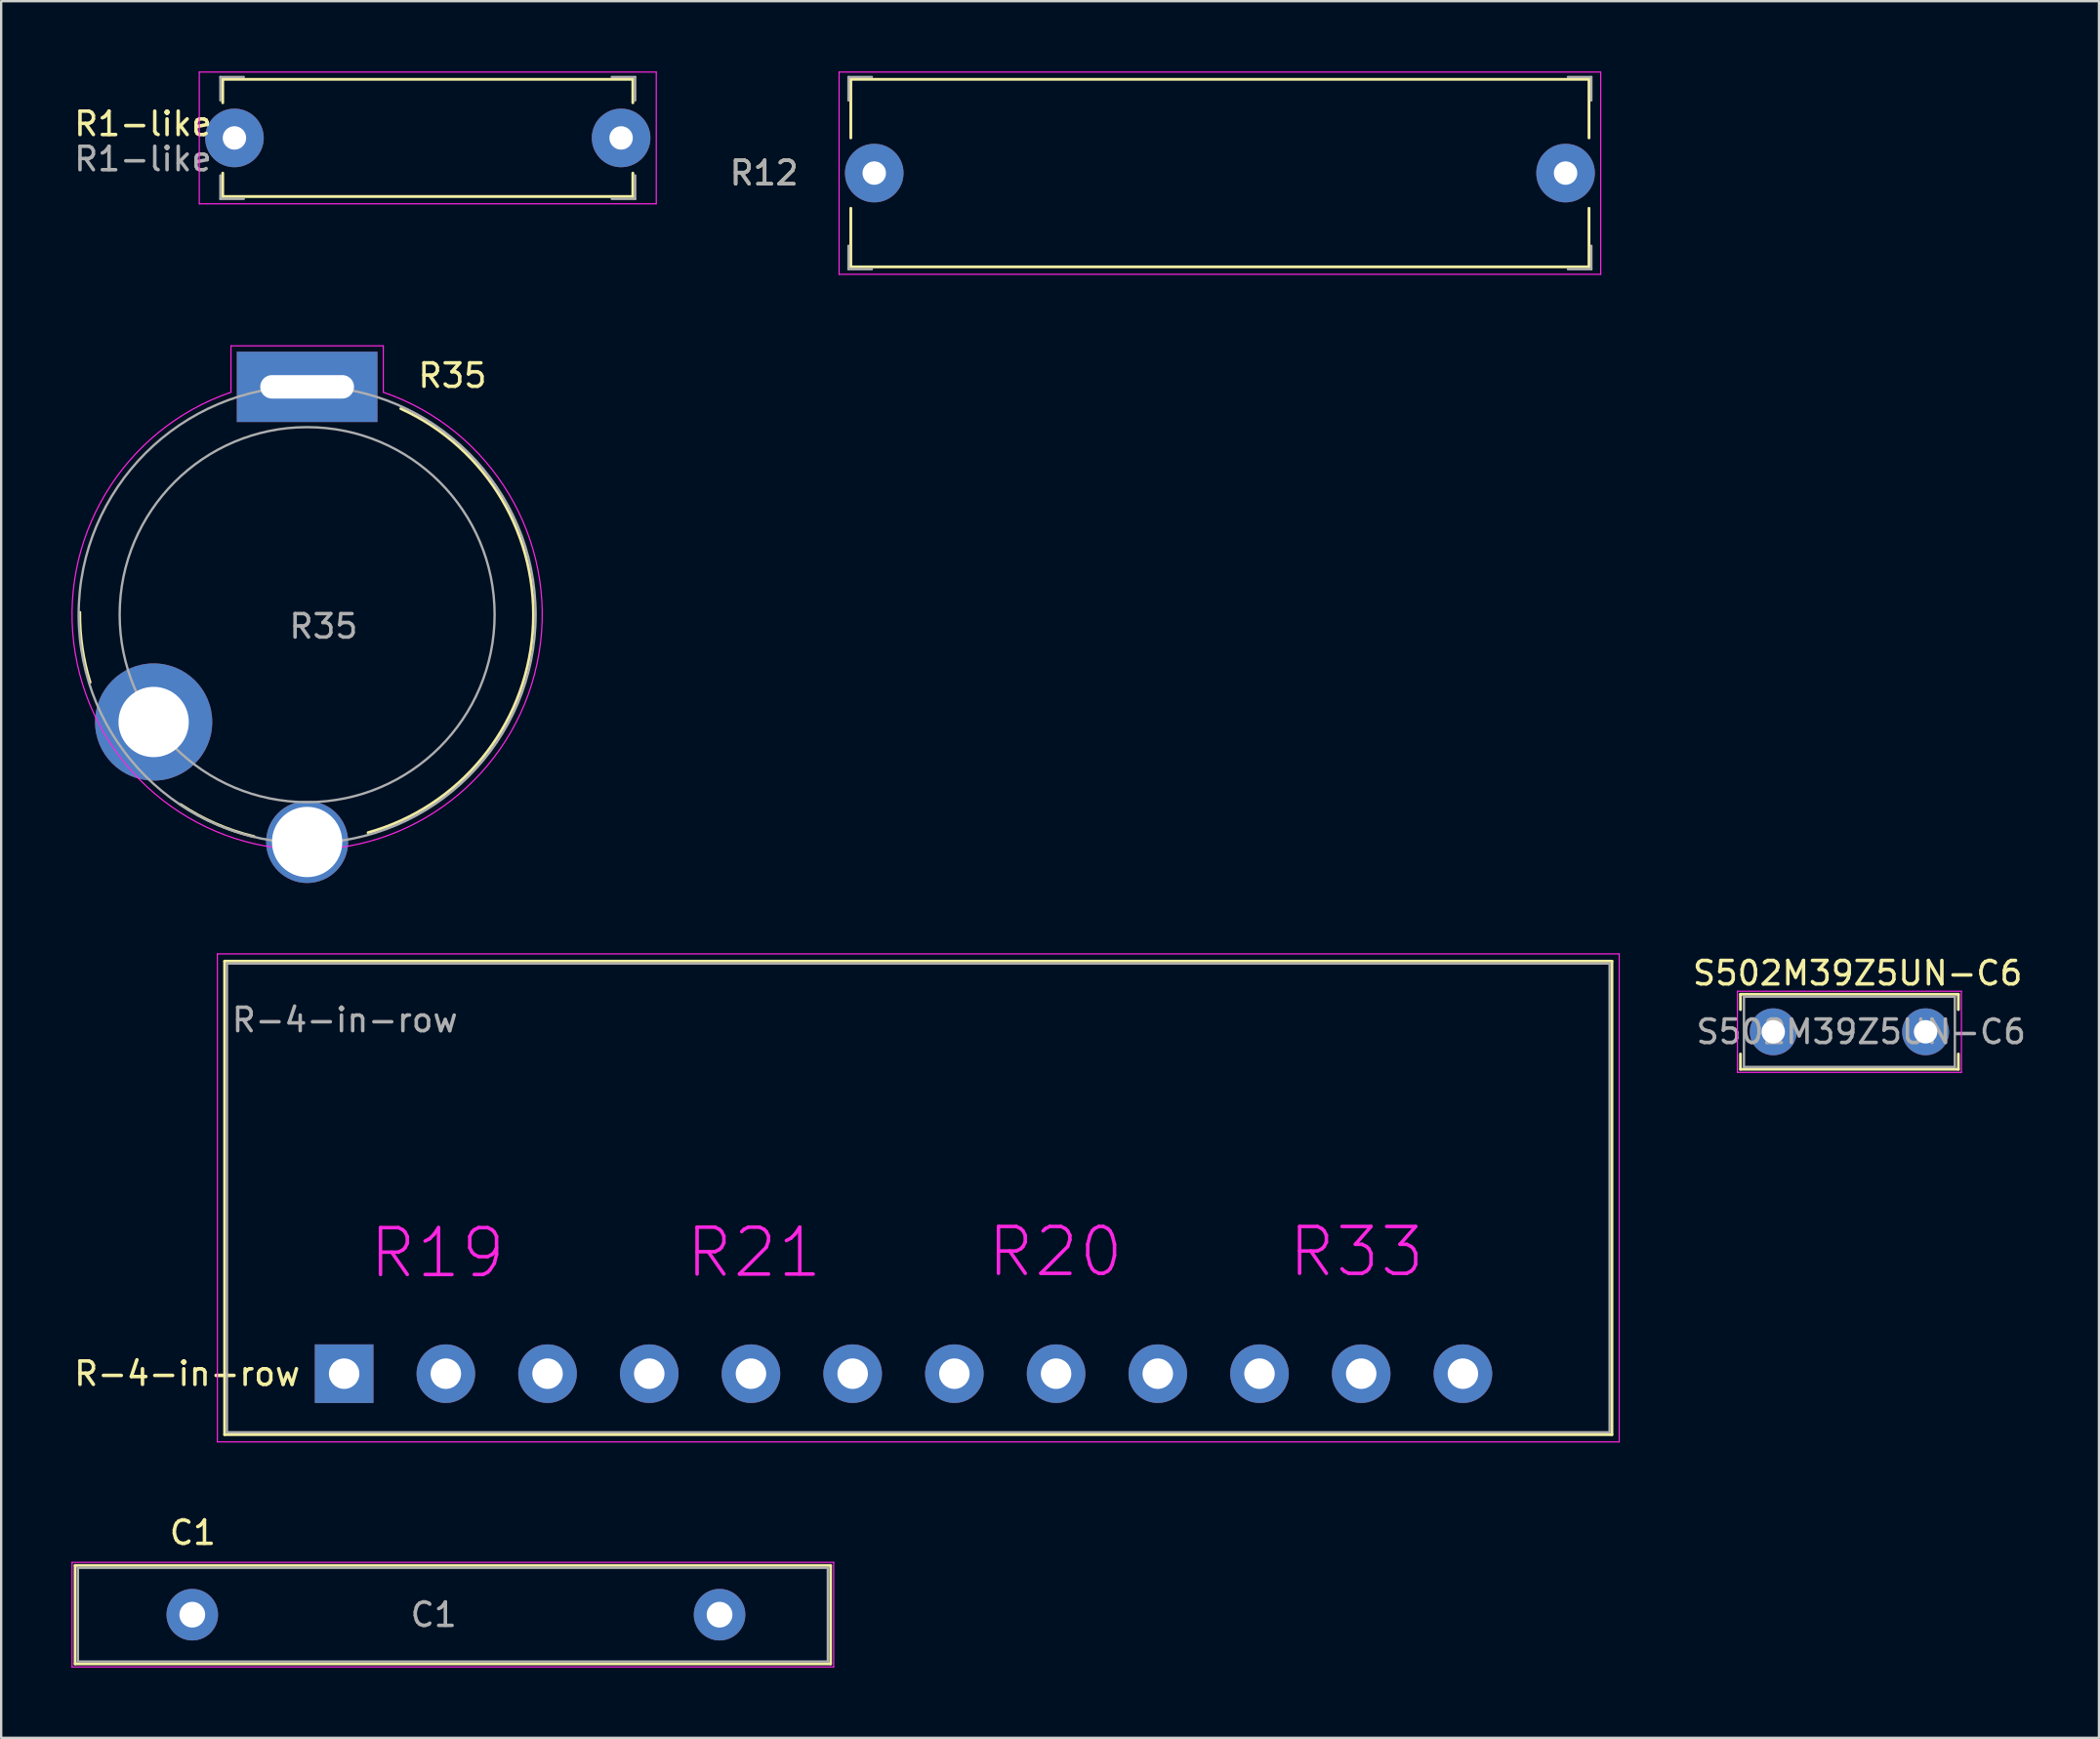
<source format=kicad_pcb>
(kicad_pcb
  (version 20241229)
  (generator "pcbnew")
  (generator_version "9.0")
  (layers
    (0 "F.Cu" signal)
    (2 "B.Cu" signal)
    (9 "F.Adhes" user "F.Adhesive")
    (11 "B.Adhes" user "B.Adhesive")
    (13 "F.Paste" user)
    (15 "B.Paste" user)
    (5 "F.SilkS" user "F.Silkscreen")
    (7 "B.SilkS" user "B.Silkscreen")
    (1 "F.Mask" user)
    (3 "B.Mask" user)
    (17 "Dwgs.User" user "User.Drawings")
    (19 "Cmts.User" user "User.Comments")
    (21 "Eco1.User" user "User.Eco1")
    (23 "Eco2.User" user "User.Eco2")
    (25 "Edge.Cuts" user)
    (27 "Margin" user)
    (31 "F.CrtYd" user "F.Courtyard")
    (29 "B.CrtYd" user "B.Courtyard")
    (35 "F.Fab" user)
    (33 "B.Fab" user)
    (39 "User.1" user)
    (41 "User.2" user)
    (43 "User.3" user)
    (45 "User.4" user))
  (footprint "S502M39Z5UN-C6"
    (layer "F.Cu")
    (at 72.618 40.973)
    (property "Reference" "S502M39Z5UN-C6" (at 3.6 -2.5 0) (layer "F.SilkS") (effects (font (size 1 1) (thickness 0.15))))
    (attr through_hole)
    (fp_line (start -1.4 -1.6) (end -1.4 -0.946) (stroke (width 0.12) (type solid)) (layer "F.SilkS"))
    (fp_line (start -1.4 -1.6) (end 7.9 -1.6) (stroke (width 0.12) (type solid)) (layer "F.SilkS"))
    (fp_line (start -1.4 0.946) (end -1.4 1.6) (stroke (width 0.12) (type solid)) (layer "F.SilkS"))
    (fp_line (start -1.4 1.6) (end 7.9 1.6) (stroke (width 0.12) (type solid)) (layer "F.SilkS"))
    (fp_line (start 7.9 -1.6) (end 7.9 -0.946) (stroke (width 0.12) (type solid)) (layer "F.SilkS"))
    (fp_line (start 7.9 0.946) (end 7.9 1.6) (stroke (width 0.12) (type solid)) (layer "F.SilkS"))
    (fp_line (start -1.53 -1.73) (end -1.53 1.73) (stroke (width 0.05) (type solid)) (layer "F.CrtYd"))
    (fp_line (start -1.53 1.73) (end 8.03 1.73) (stroke (width 0.05) (type solid)) (layer "F.CrtYd"))
    (fp_line (start 8.03 -1.73) (end -1.53 -1.73) (stroke (width 0.05) (type solid)) (layer "F.CrtYd"))
    (fp_line (start 8.03 1.73) (end 8.03 -1.73) (stroke (width 0.05) (type solid)) (layer "F.CrtYd"))
    (fp_line (start -1.25 -1.5) (end -1.25 1.5) (stroke (width 0.1) (type solid)) (layer "F.Fab"))
    (fp_line (start -1.25 1.5) (end 7.75 1.5) (stroke (width 0.1) (type solid)) (layer "F.Fab"))
    (fp_line (start 7.75 -1.5) (end -1.25 -1.5) (stroke (width 0.1) (type solid)) (layer "F.Fab"))
    (fp_line (start 7.75 1.5) (end 7.75 -1.5) (stroke (width 0.1) (type solid)) (layer "F.Fab"))
    (fp_text user "${REFERENCE}" (at 3.75 0 0) (layer "F.Fab") (effects (font (size 1 1) (thickness 0.15))))
    (pad "1" thru_hole circle (at 0 0) (size 2 2) (drill 1) (layers "*.Cu" "*.Mask"))
    (pad "2" thru_hole circle (at 6.5 0) (size 2 2) (drill 1) (layers "*.Cu" "*.Mask")))
  (footprint "С1"
    (layer "F.Cu")
    (at 5.175 65.843)
    (property "Reference" "С1" (at 0 -3.5 0) (layer "F.SilkS") (effects (font (size 1 1) (thickness 0.15))))
    (attr through_hole)
    (fp_line (start -5.02 -2.1) (end -5.02 2.1) (stroke (width 0.12) (type solid)) (layer "F.SilkS"))
    (fp_line (start -5.02 -2.1) (end 27.22 -2.1) (stroke (width 0.12) (type solid)) (layer "F.SilkS"))
    (fp_line (start -5.02 2.1) (end 27.22 2.1) (stroke (width 0.12) (type solid)) (layer "F.SilkS"))
    (fp_line (start 27.22 -2.1) (end 27.22 2.1) (stroke (width 0.12) (type solid)) (layer "F.SilkS"))
    (fp_line (start -5.15 -2.23) (end -5.15 2.23) (stroke (width 0.05) (type solid)) (layer "F.CrtYd"))
    (fp_line (start -5.15 2.23) (end 27.35 2.23) (stroke (width 0.05) (type solid)) (layer "F.CrtYd"))
    (fp_line (start 27.35 -2.23) (end -5.15 -2.23) (stroke (width 0.05) (type solid)) (layer "F.CrtYd"))
    (fp_line (start 27.35 2.23) (end 27.35 -2.23) (stroke (width 0.05) (type solid)) (layer "F.CrtYd"))
    (fp_line (start -4.9 -2) (end -4.9 2) (stroke (width 0.1) (type solid)) (layer "F.Fab"))
    (fp_line (start -4.9 2) (end 27.1 2) (stroke (width 0.1) (type solid)) (layer "F.Fab"))
    (fp_line (start 27.1 -2) (end -4.9 -2) (stroke (width 0.1) (type solid)) (layer "F.Fab"))
    (fp_line (start 27.1 2) (end 27.1 -2) (stroke (width 0.1) (type solid)) (layer "F.Fab"))
    (fp_text user "${REFERENCE}" (at 10.28 0 0) (layer "F.Fab") (effects (font (size 1 1) (thickness 0.15))))
    (pad "1" thru_hole circle (at -0.02 0) (size 2.2 2.2) (drill 1.1) (layers "*.Cu" "*.Mask"))
    (pad "2" thru_hole circle (at 22.48 0) (size 2.2 2.2) (drill 1.1) (layers "*.Cu" "*.Mask")))
  (footprint "R1-like"
    (layer "F.Cu")
    (at 6.954 2.835)
    (property "Reference" "R1-like" (at -3.9 -0.6 0) (layer "F.SilkS") (effects (font (size 1 1) (thickness 0.15))))
    (attr through_hole)
    (fp_line (start -0.5 -2.5) (end 17 -2.5) (stroke (width 0.12) (type solid)) (layer "F.SilkS"))
    (fp_line (start -0.5 -1.5) (end -0.5 -2.5) (stroke (width 0.12) (type solid)) (layer "F.SilkS"))
    (fp_line (start -0.5 2.5) (end -0.5 1.5) (stroke (width 0.12) (type solid)) (layer "F.SilkS"))
    (fp_line (start 17 -2.5) (end 17 -1.5) (stroke (width 0.12) (type solid)) (layer "F.SilkS"))
    (fp_line (start 17 1.5) (end 17 2.5) (stroke (width 0.12) (type solid)) (layer "F.SilkS"))
    (fp_line (start 17 2.5) (end -0.5 2.5) (stroke (width 0.12) (type solid)) (layer "F.SilkS"))
    (fp_line (start -1.5 -2.81) (end 18 -2.81) (stroke (width 0.05) (type solid)) (layer "F.CrtYd"))
    (fp_line (start -1.5 2.81) (end -1.5 -2.81) (stroke (width 0.05) (type solid)) (layer "F.CrtYd"))
    (fp_line (start 18 -2.81) (end 18 2.81) (stroke (width 0.05) (type solid)) (layer "F.CrtYd"))
    (fp_line (start 18 2.81) (end -1.5 2.81) (stroke (width 0.05) (type solid)) (layer "F.CrtYd"))
    (fp_line (start -0.6 -2.6) (end 0.4 -2.6) (stroke (width 0.1) (type solid)) (layer "F.Fab"))
    (fp_line (start -0.6 -1.6) (end -0.6 -2.6) (stroke (width 0.1) (type solid)) (layer "F.Fab"))
    (fp_line (start -0.6 2.6) (end -0.6 1.6) (stroke (width 0.1) (type solid)) (layer "F.Fab"))
    (fp_line (start -0.6 2.6) (end 0.4 2.6) (stroke (width 0.1) (type solid)) (layer "F.Fab"))
    (fp_line (start 16.1 -2.6) (end 17.1 -2.6) (stroke (width 0.1) (type solid)) (layer "F.Fab"))
    (fp_line (start 17.1 -2.6) (end 17.1 -1.6) (stroke (width 0.1) (type solid)) (layer "F.Fab"))
    (fp_line (start 17.1 2.6) (end 16.1 2.6) (stroke (width 0.1) (type solid)) (layer "F.Fab"))
    (fp_line (start 17.1 2.6) (end 17.1 1.6) (stroke (width 0.1) (type solid)) (layer "F.Fab"))
    (fp_text user "${REFERENCE}" (at -3.9 0.9 0) (layer "F.Fab") (effects (font (size 1 1) (thickness 0.15))))
    (pad "1" thru_hole circle (at 0 0) (size 2.5 2.5) (drill 1) (layers "*.Cu" "*.Mask"))
    (pad "2" thru_hole circle (at 16.5 0) (size 2.5 2.5) (drill 1) (layers "*.Cu" "*.Mask")))
  (footprint "R35"
    (layer "F.Cu")
    (at 10.056 23.175)
    (property "Reference" "R35" (at 6.2 -10.2 0) (layer "F.SilkS") (effects (font (size 1 1) (thickness 0.15))))
    (attr through_hole)
    (fp_arc (start -9.260717 2.887751) (mid -9.597336 1.411075) (end -9.699999 -0.099999) (stroke (width 0.12) (type solid)) (layer "F.SilkS"))
    (fp_arc (start -2.264097 9.468043) (mid -3.892618 8.922864) (end -5.399999 8.099999) (stroke (width 0.12) (type solid)) (layer "F.SilkS"))
    (fp_arc (start 3.995927 -8.79105) (mid 9.627984 0.742907) (end 2.6 9.3) (stroke (width 0.12) (type solid)) (layer "F.SilkS"))
    (fp_line (start -3.25 -11.47) (end -3.25 -9.49) (stroke (width 0.05) (type solid)) (layer "F.CrtYd"))
    (fp_line (start -3.25 -11.47) (end 3.25 -11.47) (stroke (width 0.05) (type solid)) (layer "F.CrtYd"))
    (fp_line (start 3.25 -11.47) (end 3.25 -9.49) (stroke (width 0.05) (type solid)) (layer "F.CrtYd"))
    (fp_arc (start 3.249241 -9.49026) (mid 0.000401 10.031082) (end -3.25 -9.49) (stroke (width 0.05) (type solid)) (layer "F.CrtYd"))
    (fp_circle (center 0 0) (end 8 0) (stroke (width 0.1) (type solid)) (fill no) (layer "F.Fab"))
    (fp_circle (center 0 0) (end 9.75 0) (stroke (width 0.1) (type solid)) (fill no) (layer "F.Fab"))
    (fp_text user "${REFERENCE}" (at 0.7 0.5 0) (layer "F.Fab") (effects (font (size 1 1) (thickness 0.15))))
    (pad "1" thru_hole rect (at 0 -9.72) (size 6 3) (drill oval 4 1) (layers "*.Cu" "*.Mask"))
    (pad "2" thru_hole circle (at -6.55 4.58) (size 5 5) (drill 3) (layers "*.Cu" "*.Mask"))
    (pad "3" thru_hole circle (at 0 9.7) (size 3.5 3.5) (drill 3) (layers "*.Cu" "*.Mask")))
  (footprint "R-4-in-row"
    (layer "F.Cu")
    (at 11.635 55.56)
    (property "Reference" "R-4-in-row" (at -6.7 0 0) (layer "F.SilkS") (effects (font (size 1 1) (thickness 0.15))))
    (attr through_hole)
    (fp_line (start -5.1 -17.6) (end 54.1 -17.6) (stroke (width 0.12) (type solid)) (layer "F.SilkS"))
    (fp_line (start -5.1 2.6) (end -5.1 -17.6) (stroke (width 0.12) (type solid)) (layer "F.SilkS"))
    (fp_line (start 54.1 -17.6) (end 54.1 2.6) (stroke (width 0.12) (type solid)) (layer "F.SilkS"))
    (fp_line (start 54.1 2.6) (end -5.1 2.6) (stroke (width 0.12) (type solid)) (layer "F.SilkS"))
    (fp_line (start -5.41 -17.91) (end 54.41 -17.91) (stroke (width 0.05) (type solid)) (layer "F.CrtYd"))
    (fp_line (start -5.41 2.91) (end -5.41 -17.91) (stroke (width 0.05) (type solid)) (layer "F.CrtYd"))
    (fp_line (start 54.41 -17.91) (end 54.41 2.91) (stroke (width 0.05) (type solid)) (layer "F.CrtYd"))
    (fp_line (start 54.41 2.91) (end -5.41 2.91) (stroke (width 0.05) (type solid)) (layer "F.CrtYd"))
    (fp_line (start -5 -17.5) (end -5 0) (stroke (width 0.1) (type solid)) (layer "F.Fab"))
    (fp_line (start -5 0) (end -5 2.5) (stroke (width 0.1) (type solid)) (layer "F.Fab"))
    (fp_line (start -5 2.5) (end 54 2.5) (stroke (width 0.1) (type solid)) (layer "F.Fab"))
    (fp_line (start 54 -17.5) (end -5 -17.5) (stroke (width 0.1) (type solid)) (layer "F.Fab"))
    (fp_line (start 54 2.5) (end 54 -17.5) (stroke (width 0.1) (type solid)) (layer "F.Fab"))
    (fp_text user "R20" (at 30.35 -5.2 0) (layer "F.CrtYd") (effects (font (size 2 2) (thickness 0.15))))
    (fp_text user "R21" (at 17.49 -5.17 0) (layer "F.CrtYd") (effects (font (size 2 2) (thickness 0.15))))
    (fp_text user "R19" (at 3.98 -5.15 0) (layer "F.CrtYd") (effects (font (size 2 2) (thickness 0.15))))
    (fp_text user "R33" (at 43.2 -5.2 0) (layer "F.CrtYd") (effects (font (size 2 2) (thickness 0.15))))
    (fp_text user "${REFERENCE}" (at 0.03 -15.09 0) (layer "F.Fab") (effects (font (size 1 1) (thickness 0.15))))
    (pad "1" thru_hole rect (at 0 0) (size 2.5 2.5) (drill 1.3) (layers "*.Cu" "*.Mask"))
    (pad "2" thru_hole circle (at 4.34 0) (size 2.5 2.5) (drill 1.3) (layers "*.Cu" "*.Mask"))
    (pad "3" thru_hole circle (at 8.68 0) (size 2.5 2.5) (drill 1.3) (layers "*.Cu" "*.Mask"))
    (pad "4" thru_hole circle (at 13.02 0) (size 2.5 2.5) (drill 1.3) (layers "*.Cu" "*.Mask"))
    (pad "5" thru_hole circle (at 17.36 0) (size 2.5 2.5) (drill 1.3) (layers "*.Cu" "*.Mask"))
    (pad "6" thru_hole circle (at 21.7 0) (size 2.5 2.5) (drill 1.3) (layers "*.Cu" "*.Mask"))
    (pad "7" thru_hole circle (at 26.04 0) (size 2.5 2.5) (drill 1.3) (layers "*.Cu" "*.Mask"))
    (pad "8" thru_hole circle (at 30.38 0) (size 2.5 2.5) (drill 1.3) (layers "*.Cu" "*.Mask"))
    (pad "9" thru_hole circle (at 34.72 0) (size 2.5 2.5) (drill 1.3) (layers "*.Cu" "*.Mask"))
    (pad "10" thru_hole circle (at 39.06 0) (size 2.5 2.5) (drill 1.3) (layers "*.Cu" "*.Mask"))
    (pad "11" thru_hole circle (at 43.4 0) (size 2.5 2.5) (drill 1.3) (layers "*.Cu" "*.Mask"))
    (pad "12" thru_hole circle (at 47.74 0) (size 2.5 2.5) (drill 1.3) (layers "*.Cu" "*.Mask")))
  (footprint "R12"
    (layer "F.Cu")
    (at 34.256 4.335)
    (property "Reference" "R12" (at -4.7 0 0) (layer "F.SilkS") (effects (font (size 1 1) (thickness 0.15))))
    (attr through_hole)
    (fp_line (start -1 -4) (end 30.5 -4) (stroke (width 0.12) (type solid)) (layer "F.SilkS"))
    (fp_line (start -1 -1.5) (end -1 -4) (stroke (width 0.12) (type solid)) (layer "F.SilkS"))
    (fp_line (start -1 4) (end -1 1.5) (stroke (width 0.12) (type solid)) (layer "F.SilkS"))
    (fp_line (start 30.5 -4) (end 30.5 -1.5) (stroke (width 0.12) (type solid)) (layer "F.SilkS"))
    (fp_line (start 30.5 1.5) (end 30.5 4) (stroke (width 0.12) (type solid)) (layer "F.SilkS"))
    (fp_line (start 30.5 4) (end -1 4) (stroke (width 0.12) (type solid)) (layer "F.SilkS"))
    (fp_line (start -1.5 -4.31) (end 31 -4.31) (stroke (width 0.05) (type solid)) (layer "F.CrtYd"))
    (fp_line (start -1.5 4.32) (end -1.5 -4.31) (stroke (width 0.05) (type solid)) (layer "F.CrtYd"))
    (fp_line (start 31 -4.31) (end 31 4.32) (stroke (width 0.05) (type solid)) (layer "F.CrtYd"))
    (fp_line (start 31 4.32) (end -1.5 4.32) (stroke (width 0.05) (type solid)) (layer "F.CrtYd"))
    (fp_line (start -1.1 -4.1) (end -0.1 -4.1) (stroke (width 0.1) (type solid)) (layer "F.Fab"))
    (fp_line (start -1.1 -3.1) (end -1.1 -4.1) (stroke (width 0.1) (type solid)) (layer "F.Fab"))
    (fp_line (start -1.1 4.1) (end -1.1 3.1) (stroke (width 0.1) (type solid)) (layer "F.Fab"))
    (fp_line (start -1.1 4.1) (end -0.1 4.1) (stroke (width 0.1) (type solid)) (layer "F.Fab"))
    (fp_line (start 29.6 -4.1) (end 30.6 -4.1) (stroke (width 0.1) (type solid)) (layer "F.Fab"))
    (fp_line (start 30.6 -4.1) (end 30.6 -3.1) (stroke (width 0.1) (type solid)) (layer "F.Fab"))
    (fp_line (start 30.6 4.1) (end 29.6 4.1) (stroke (width 0.1) (type solid)) (layer "F.Fab"))
    (fp_line (start 30.6 4.1) (end 30.6 3.1) (stroke (width 0.1) (type solid)) (layer "F.Fab"))
    (fp_text user "${REFERENCE}" (at -4.7 0 0) (layer "F.Fab") (effects (font (size 1 1) (thickness 0.15))))
    (pad "1" thru_hole circle (at 0 0) (size 2.5 2.5) (drill 1) (layers "*.Cu" "*.Mask"))
    (pad "2" thru_hole circle (at 29.5 0) (size 2.5 2.5) (drill 1) (layers "*.Cu" "*.Mask")))
  (gr_rect
    (start -3 -3)
    (end 86.517 71.098)
    (stroke (width 0.1) (type default))
    (fill no)
    (layer "Edge.Cuts")))
</source>
